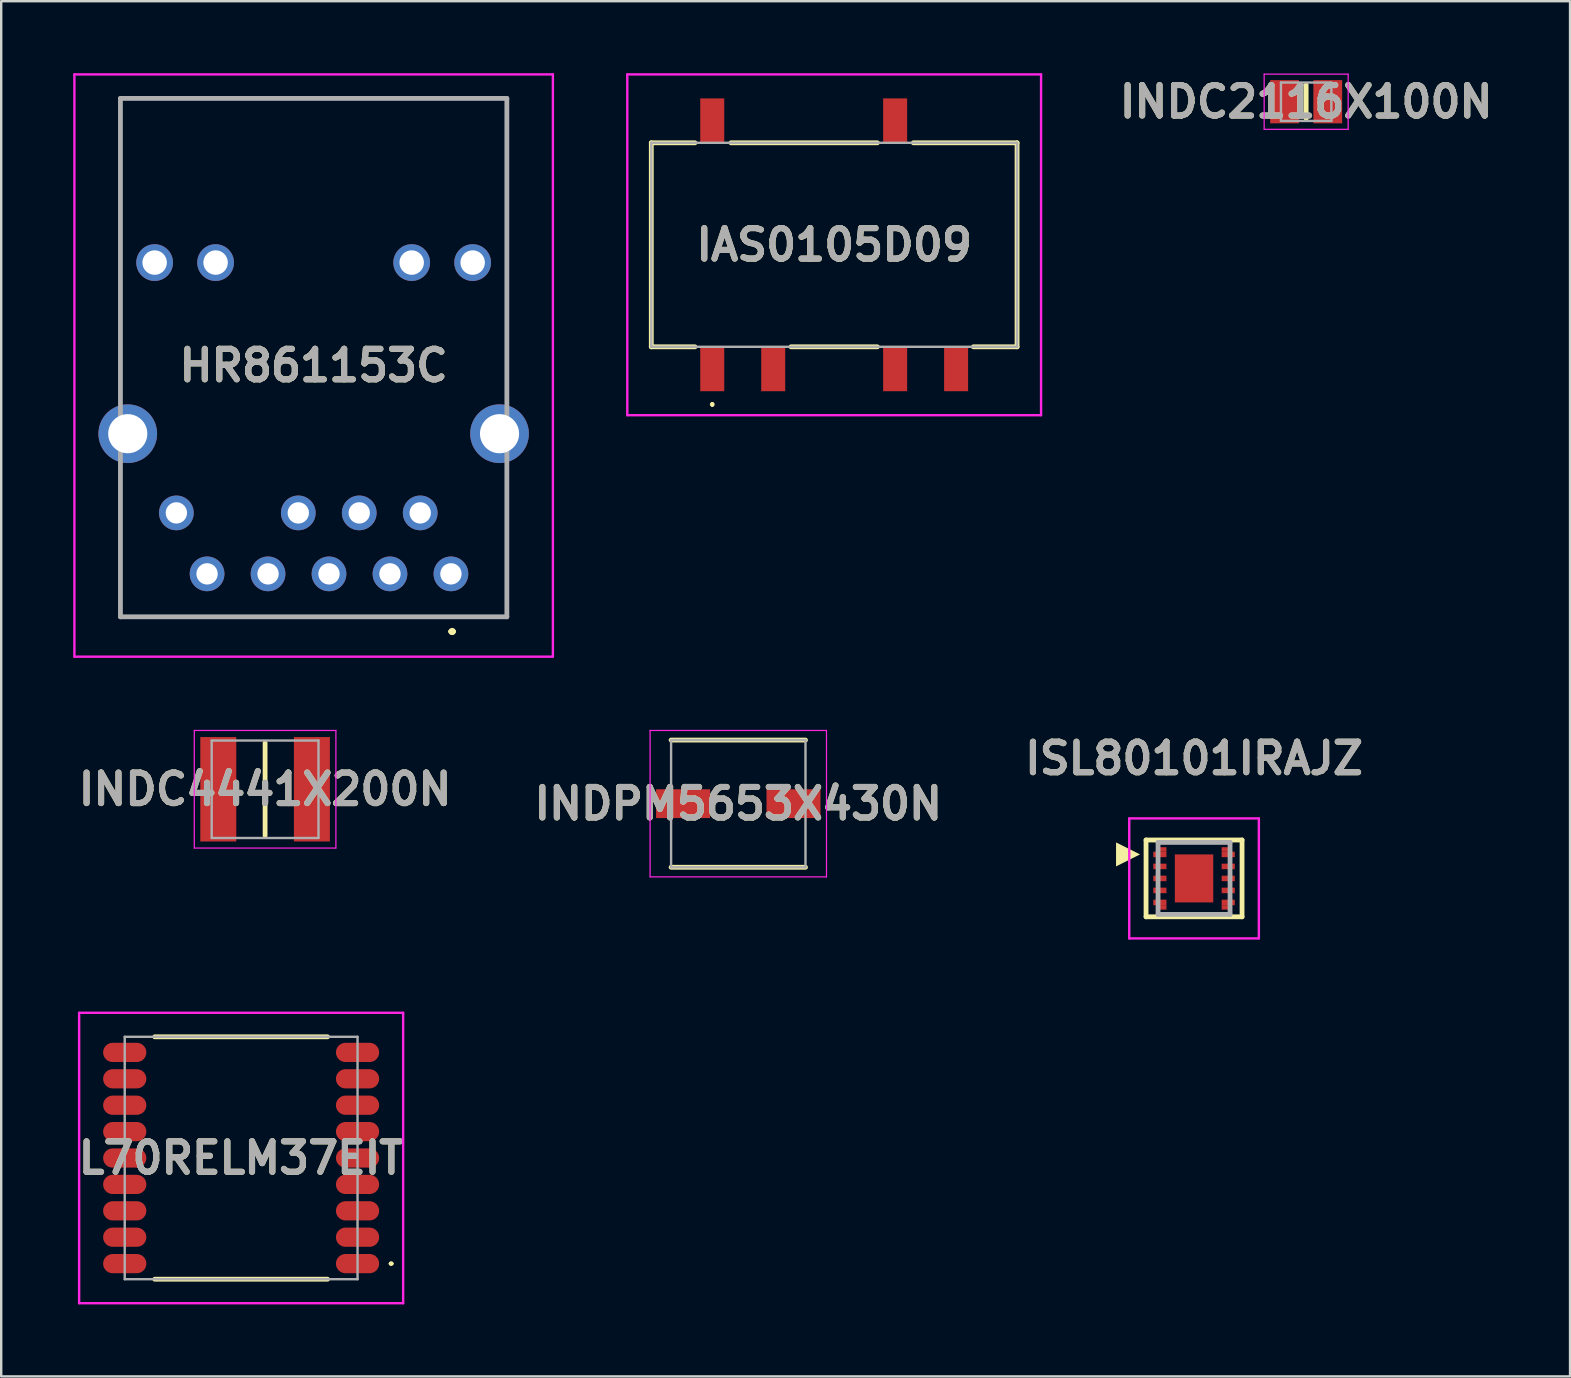
<source format=kicad_pcb>
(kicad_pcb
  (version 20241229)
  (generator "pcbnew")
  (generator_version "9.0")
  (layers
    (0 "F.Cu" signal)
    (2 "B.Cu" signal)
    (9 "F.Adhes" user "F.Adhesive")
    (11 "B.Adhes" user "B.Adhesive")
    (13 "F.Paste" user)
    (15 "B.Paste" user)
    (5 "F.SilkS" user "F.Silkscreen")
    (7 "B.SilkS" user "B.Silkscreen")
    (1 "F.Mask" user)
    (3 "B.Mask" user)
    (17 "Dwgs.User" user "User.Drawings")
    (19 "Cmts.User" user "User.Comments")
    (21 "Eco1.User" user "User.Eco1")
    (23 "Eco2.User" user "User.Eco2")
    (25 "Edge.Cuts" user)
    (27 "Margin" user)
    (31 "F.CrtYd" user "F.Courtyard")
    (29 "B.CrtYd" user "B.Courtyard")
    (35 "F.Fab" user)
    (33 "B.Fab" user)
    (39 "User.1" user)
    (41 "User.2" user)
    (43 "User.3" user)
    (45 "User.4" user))
  (footprint "HR861153C"
    (layer "F.Cu")
    (at 15.738 20.86)
    (property "Reference" "HR861153C" (at -5.72 -8.68 0) (layer "F.SilkS") (effects (font (size 1.27 1.27) (thickness 0.254))))
    (attr through_hole)
    (fp_line (start -13.77 -19.81) (end -13.77 -19.81) (stroke (width 0.1) (type solid)) (layer "F.SilkS"))
    (fp_line (start -13.77 -19.81) (end -13.77 -19.81) (stroke (width 0.1) (type solid)) (layer "F.SilkS"))
    (fp_line (start -13.77 -19.81) (end -13.77 -7.75) (stroke (width 0.1) (type solid)) (layer "F.SilkS"))
    (fp_line (start -13.77 -19.81) (end 2.33 -19.81) (stroke (width 0.1) (type solid)) (layer "F.SilkS"))
    (fp_line (start -13.77 -7.75) (end -13.77 -19.81) (stroke (width 0.1) (type solid)) (layer "F.SilkS"))
    (fp_line (start -13.77 -7.75) (end -13.77 -7.75) (stroke (width 0.1) (type solid)) (layer "F.SilkS"))
    (fp_line (start -13.77 -4) (end -13.77 -4) (stroke (width 0.1) (type solid)) (layer "F.SilkS"))
    (fp_line (start -13.77 -4) (end -13.77 1.79) (stroke (width 0.1) (type solid)) (layer "F.SilkS"))
    (fp_line (start -13.77 1.79) (end -13.77 -4) (stroke (width 0.1) (type solid)) (layer "F.SilkS"))
    (fp_line (start -13.77 1.79) (end -13.77 1.79) (stroke (width 0.1) (type solid)) (layer "F.SilkS"))
    (fp_line (start -13.75 1.79) (end -13.75 1.79) (stroke (width 0.1) (type solid)) (layer "F.SilkS"))
    (fp_line (start -13.75 1.79) (end 2.33 1.79) (stroke (width 0.1) (type solid)) (layer "F.SilkS"))
    (fp_line (start 0 2.4) (end 0 2.4) (stroke (width 0.2) (type solid)) (layer "F.SilkS"))
    (fp_line (start 0 2.4) (end 0 2.4) (stroke (width 0.2) (type solid)) (layer "F.SilkS"))
    (fp_line (start 0.1 2.4) (end 0.1 2.4) (stroke (width 0.2) (type solid)) (layer "F.SilkS"))
    (fp_line (start 2.33 -19.81) (end -13.77 -19.81) (stroke (width 0.1) (type solid)) (layer "F.SilkS"))
    (fp_line (start 2.33 -19.81) (end 2.33 -19.81) (stroke (width 0.1) (type solid)) (layer "F.SilkS"))
    (fp_line (start 2.33 -19.81) (end 2.33 -19.81) (stroke (width 0.1) (type solid)) (layer "F.SilkS"))
    (fp_line (start 2.33 -19.81) (end 2.33 -7.75) (stroke (width 0.1) (type solid)) (layer "F.SilkS"))
    (fp_line (start 2.33 -7.75) (end 2.33 -19.81) (stroke (width 0.1) (type solid)) (layer "F.SilkS"))
    (fp_line (start 2.33 -7.75) (end 2.33 -7.75) (stroke (width 0.1) (type solid)) (layer "F.SilkS"))
    (fp_line (start 2.33 -4) (end 2.33 -4) (stroke (width 0.1) (type solid)) (layer "F.SilkS"))
    (fp_line (start 2.33 -4) (end 2.33 1.75) (stroke (width 0.1) (type solid)) (layer "F.SilkS"))
    (fp_line (start 2.33 1.75) (end 2.33 -4) (stroke (width 0.1) (type solid)) (layer "F.SilkS"))
    (fp_line (start 2.33 1.75) (end 2.33 1.75) (stroke (width 0.1) (type solid)) (layer "F.SilkS"))
    (fp_line (start 2.33 1.79) (end -13.75 1.79) (stroke (width 0.1) (type solid)) (layer "F.SilkS"))
    (fp_line (start 2.33 1.79) (end 2.33 1.79) (stroke (width 0.1) (type solid)) (layer "F.SilkS"))
    (fp_arc (start 0 2.4) (mid 0.05 2.35) (end 0.1 2.4) (stroke (width 0.2) (type solid)) (layer "F.SilkS"))
    (fp_arc (start 0.1 2.4) (mid 0.05 2.45) (end 0 2.4) (stroke (width 0.2) (type solid)) (layer "F.SilkS"))
    (fp_arc (start 0.1 2.4) (mid 0.05 2.45) (end 0 2.4) (stroke (width 0.2) (type solid)) (layer "F.SilkS"))
    (fp_line (start -15.688 -20.81) (end 4.248 -20.81) (stroke (width 0.1) (type solid)) (layer "F.CrtYd"))
    (fp_line (start -15.688 3.45) (end -15.688 -20.81) (stroke (width 0.1) (type solid)) (layer "F.CrtYd"))
    (fp_line (start 4.248 -20.81) (end 4.248 3.45) (stroke (width 0.1) (type solid)) (layer "F.CrtYd"))
    (fp_line (start 4.248 3.45) (end -15.688 3.45) (stroke (width 0.1) (type solid)) (layer "F.CrtYd"))
    (fp_line (start -13.77 -19.81) (end -13.77 1.79) (stroke (width 0.2) (type solid)) (layer "F.Fab"))
    (fp_line (start -13.77 1.79) (end 2.33 1.79) (stroke (width 0.2) (type solid)) (layer "F.Fab"))
    (fp_line (start 2.33 -19.81) (end -13.77 -19.81) (stroke (width 0.2) (type solid)) (layer "F.Fab"))
    (fp_line (start 2.33 1.79) (end 2.33 -19.81) (stroke (width 0.2) (type solid)) (layer "F.Fab"))
    (fp_text user "${REFERENCE}" (at -5.72 -8.68 0) (layer "F.Fab") (effects (font (size 1.27 1.27) (thickness 0.254))))
    (pad "" np_thru_hole circle (at -11.435 -8.89) (size 0.001 0.001) (drill 3.25) (layers "*.Cu" "*.Mask"))
    (pad "" np_thru_hole circle (at -0.005 -8.89) (size 0.001 0.001) (drill 3.25) (layers "*.Cu" "*.Mask"))
    (pad "1" thru_hole circle (at 0 0) (size 1.446 1.446) (drill 0.89) (layers "*.Cu" "*.Mask"))
    (pad "2" thru_hole circle (at -1.28 -2.54) (size 1.446 1.446) (drill 0.89) (layers "*.Cu" "*.Mask"))
    (pad "3" thru_hole circle (at -2.54 0) (size 1.446 1.446) (drill 0.89) (layers "*.Cu" "*.Mask"))
    (pad "4" thru_hole circle (at -3.82 -2.54) (size 1.446 1.446) (drill 0.89) (layers "*.Cu" "*.Mask"))
    (pad "5" thru_hole circle (at -5.08 0) (size 1.446 1.446) (drill 0.89) (layers "*.Cu" "*.Mask"))
    (pad "6" thru_hole circle (at -6.36 -2.54) (size 1.446 1.446) (drill 0.89) (layers "*.Cu" "*.Mask"))
    (pad "7" thru_hole circle (at -7.62 0) (size 1.446 1.446) (drill 0.89) (layers "*.Cu" "*.Mask"))
    (pad "9" thru_hole circle (at -10.16 0) (size 1.446 1.446) (drill 0.89) (layers "*.Cu" "*.Mask"))
    (pad "10" thru_hole circle (at -11.44 -2.54) (size 1.446 1.446) (drill 0.89) (layers "*.Cu" "*.Mask"))
    (pad "11" thru_hole circle (at 0.905 -12.97) (size 1.53 1.53) (drill 1.02) (layers "*.Cu" "*.Mask"))
    (pad "12" thru_hole circle (at -1.635 -12.97) (size 1.53 1.53) (drill 1.02) (layers "*.Cu" "*.Mask"))
    (pad "13" thru_hole circle (at -9.805 -12.97) (size 1.53 1.53) (drill 1.02) (layers "*.Cu" "*.Mask"))
    (pad "14" thru_hole circle (at -12.345 -12.97) (size 1.53 1.53) (drill 1.02) (layers "*.Cu" "*.Mask"))
    (pad "MH1" thru_hole circle (at 2.025 -5.84) (size 2.445 2.445) (drill 1.63) (layers "*.Cu" "*.Mask"))
    (pad "MH4" thru_hole circle (at -13.465 -5.84) (size 2.445 2.445) (drill 1.63) (layers "*.Cu" "*.Mask")))
  (footprint "INDPM5653X430N"
    (layer "F.Cu")
    (at 27.711 30.435)
    (property "Reference" "INDPM5653X430N" (at 0 0 0) (layer "F.SilkS") (effects (font (size 1.27 1.27) (thickness 0.254))))
    (attr smd)
    (fp_line (start -2.8 2.65) (end 2.8 2.65) (stroke (width 0.2) (type solid)) (layer "F.SilkS"))
    (fp_line (start 2.8 -2.65) (end -2.8 -2.65) (stroke (width 0.2) (type solid)) (layer "F.SilkS"))
    (fp_line (start -3.675 -3.05) (end 3.675 -3.05) (stroke (width 0.05) (type solid)) (layer "F.CrtYd"))
    (fp_line (start -3.675 3.05) (end -3.675 -3.05) (stroke (width 0.05) (type solid)) (layer "F.CrtYd"))
    (fp_line (start 3.675 -3.05) (end 3.675 3.05) (stroke (width 0.05) (type solid)) (layer "F.CrtYd"))
    (fp_line (start 3.675 3.05) (end -3.675 3.05) (stroke (width 0.05) (type solid)) (layer "F.CrtYd"))
    (fp_line (start -2.8 -2.65) (end 2.8 -2.65) (stroke (width 0.1) (type solid)) (layer "F.Fab"))
    (fp_line (start -2.8 2.65) (end -2.8 -2.65) (stroke (width 0.1) (type solid)) (layer "F.Fab"))
    (fp_line (start 2.8 -2.65) (end 2.8 2.65) (stroke (width 0.1) (type solid)) (layer "F.Fab"))
    (fp_line (start 2.8 2.65) (end -2.8 2.65) (stroke (width 0.1) (type solid)) (layer "F.Fab"))
    (fp_text user "${REFERENCE}" (at 0 0 0) (layer "F.Fab") (effects (font (size 1.27 1.27) (thickness 0.254))))
    (pad "1" smd rect (at -2.3 0 90) (size 1.2 2.25) (layers "F.Cu" "F.Mask" "F.Paste"))
    (pad "2" smd rect (at 2.3 0 90) (size 1.2 2.25) (layers "F.Cu" "F.Mask" "F.Paste")))
  (footprint "ISL80101IRAJZ"
    (layer "F.Cu")
    (at 46.7 33.549)
    (property "Reference" "ISL80101IRAJZ" (at 0 -5 0) (layer "F.SilkS") (effects (font (size 1.27 1.27) (thickness 0.254))))
    (attr smd)
    (fp_line (start -2 -1.6) (end -2 1.6) (stroke (width 0.2) (type solid)) (layer "F.SilkS"))
    (fp_line (start -2 -1.6) (end 2 -1.6) (stroke (width 0.2) (type solid)) (layer "F.SilkS"))
    (fp_line (start -2 1.6) (end 2 1.6) (stroke (width 0.2) (type solid)) (layer "F.SilkS"))
    (fp_line (start 2 -1.6) (end 2 1.6) (stroke (width 0.2) (type solid)) (layer "F.SilkS"))
    (fp_poly (pts (xy -2.25 -1) (xy -3.25 -0.5) (xy -3.25 -1.5)) (stroke (width 0) (type solid)) (fill yes) (layer "F.SilkS"))
    (fp_line (start -2.7 -2.5) (end 2.7 -2.5) (stroke (width 0.1) (type solid)) (layer "F.CrtYd"))
    (fp_line (start -2.7 2.5) (end -2.7 -2.5) (stroke (width 0.1) (type solid)) (layer "F.CrtYd"))
    (fp_line (start 2.7 -2.5) (end 2.7 2.5) (stroke (width 0.1) (type solid)) (layer "F.CrtYd"))
    (fp_line (start 2.7 2.5) (end -2.7 2.5) (stroke (width 0.1) (type solid)) (layer "F.CrtYd"))
    (fp_line (start -1.5 -1.5) (end 1.5 -1.5) (stroke (width 0.2) (type solid)) (layer "F.Fab"))
    (fp_line (start -1.5 1.5) (end -1.5 -1.5) (stroke (width 0.2) (type solid)) (layer "F.Fab"))
    (fp_line (start 1.5 -1.5) (end 1.5 1.5) (stroke (width 0.2) (type solid)) (layer "F.Fab"))
    (fp_line (start 1.5 1.5) (end -1.5 1.5) (stroke (width 0.2) (type solid)) (layer "F.Fab"))
    (fp_text user "${REFERENCE}" (at 0 -5 0) (layer "F.Fab") (effects (font (size 1.27 1.27) (thickness 0.254))))
    (pad "1" smd rect (at -1.425 -1 90) (size 0.23 0.55) (layers "F.Cu" "F.Mask" "F.Paste"))
    (pad "2" smd rect (at -1.425 -0.5 90) (size 0.23 0.55) (layers "F.Cu" "F.Mask" "F.Paste"))
    (pad "3" smd rect (at -1.425 0 90) (size 0.23 0.55) (layers "F.Cu" "F.Mask" "F.Paste"))
    (pad "4" smd rect (at -1.425 0.5 90) (size 0.23 0.55) (layers "F.Cu" "F.Mask" "F.Paste"))
    (pad "5" smd rect (at -1.425 1 90) (size 0.23 0.55) (layers "F.Cu" "F.Mask" "F.Paste"))
    (pad "6" smd rect (at 1.425 1 90) (size 0.23 0.55) (layers "F.Cu" "F.Mask" "F.Paste"))
    (pad "7" smd rect (at 1.425 0.5 90) (size 0.23 0.55) (layers "F.Cu" "F.Mask" "F.Paste"))
    (pad "8" smd rect (at 1.425 0 90) (size 0.23 0.55) (layers "F.Cu" "F.Mask" "F.Paste"))
    (pad "9" smd rect (at 1.425 -0.5 90) (size 0.23 0.55) (layers "F.Cu" "F.Mask" "F.Paste"))
    (pad "10" smd rect (at 1.425 -1 90) (size 0.23 0.55) (layers "F.Cu" "F.Mask" "F.Paste"))
    (pad "11" smd rect (at 0 0) (size 1.6 2) (layers "F.Cu" "F.Mask" "F.Paste"))
    (pad "12" smd rect (at -1.288 -1.207 90) (size 0.185 0.275) (layers "F.Cu" "F.Mask" "F.Paste"))
    (pad "13" smd rect (at -1.288 1.207 90) (size 0.185 0.275) (layers "F.Cu" "F.Mask" "F.Paste"))
    (pad "14" smd rect (at 1.288 1.207 90) (size 0.185 0.275) (layers "F.Cu" "F.Mask" "F.Paste"))
    (pad "15" smd rect (at 1.288 -1.207 90) (size 0.185 0.275) (layers "F.Cu" "F.Mask" "F.Paste")))
  (footprint "L70RELM37EIT"
    (layer "F.Cu")
    (at 6.997 45.199)
    (property "Reference" "L70RELM37EIT" (at 0 0 0) (layer "F.SilkS") (effects (font (size 1.27 1.27) (thickness 0.254))))
    (attr smd)
    (fp_line (start -3.6 -5.05) (end 3.6 -5.05) (stroke (width 0.2) (type solid)) (layer "F.SilkS"))
    (fp_line (start 3.6 5.05) (end -3.6 5.05) (stroke (width 0.2) (type solid)) (layer "F.SilkS"))
    (fp_line (start 6.2 4.4) (end 6.2 4.4) (stroke (width 0.1) (type solid)) (layer "F.SilkS"))
    (fp_line (start 6.3 4.4) (end 6.3 4.4) (stroke (width 0.1) (type solid)) (layer "F.SilkS"))
    (fp_arc (start 6.2 4.4) (mid 6.25 4.35) (end 6.3 4.4) (stroke (width 0.1) (type solid)) (layer "F.SilkS"))
    (fp_arc (start 6.3 4.4) (mid 6.25 4.45) (end 6.2 4.4) (stroke (width 0.1) (type solid)) (layer "F.SilkS"))
    (fp_line (start -6.75 -6.05) (end 6.75 -6.05) (stroke (width 0.1) (type solid)) (layer "F.CrtYd"))
    (fp_line (start -6.75 6.05) (end -6.75 -6.05) (stroke (width 0.1) (type solid)) (layer "F.CrtYd"))
    (fp_line (start 6.75 -6.05) (end 6.75 6.05) (stroke (width 0.1) (type solid)) (layer "F.CrtYd"))
    (fp_line (start 6.75 6.05) (end -6.75 6.05) (stroke (width 0.1) (type solid)) (layer "F.CrtYd"))
    (fp_line (start -4.85 -5.05) (end 4.85 -5.05) (stroke (width 0.1) (type solid)) (layer "F.Fab"))
    (fp_line (start -4.85 5.05) (end -4.85 -5.05) (stroke (width 0.1) (type solid)) (layer "F.Fab"))
    (fp_line (start 4.85 -5.05) (end 4.85 5.05) (stroke (width 0.1) (type solid)) (layer "F.Fab"))
    (fp_line (start 4.85 5.05) (end -4.85 5.05) (stroke (width 0.1) (type solid)) (layer "F.Fab"))
    (fp_text user "${REFERENCE}" (at 0 0 0) (layer "F.Fab") (effects (font (size 1.27 1.27) (thickness 0.254))))
    (pad "1" smd oval (at 4.85 4.4 90) (size 0.8 1.8) (layers "F.Cu" "F.Mask" "F.Paste"))
    (pad "2" smd oval (at 4.85 3.3 90) (size 0.8 1.8) (layers "F.Cu" "F.Mask" "F.Paste"))
    (pad "3" smd oval (at 4.85 2.2 90) (size 0.8 1.8) (layers "F.Cu" "F.Mask" "F.Paste"))
    (pad "4" smd oval (at 4.85 1.1 90) (size 0.8 1.8) (layers "F.Cu" "F.Mask" "F.Paste"))
    (pad "5" smd oval (at 4.85 0 90) (size 0.8 1.8) (layers "F.Cu" "F.Mask" "F.Paste"))
    (pad "6" smd oval (at 4.85 -1.1 90) (size 0.8 1.8) (layers "F.Cu" "F.Mask" "F.Paste"))
    (pad "7" smd oval (at 4.85 -2.2 90) (size 0.8 1.8) (layers "F.Cu" "F.Mask" "F.Paste"))
    (pad "8" smd oval (at 4.85 -3.3 90) (size 0.8 1.8) (layers "F.Cu" "F.Mask" "F.Paste"))
    (pad "9" smd oval (at 4.85 -4.4 90) (size 0.8 1.8) (layers "F.Cu" "F.Mask" "F.Paste"))
    (pad "10" smd oval (at -4.85 -4.4 90) (size 0.8 1.8) (layers "F.Cu" "F.Mask" "F.Paste"))
    (pad "11" smd oval (at -4.85 -3.3 90) (size 0.8 1.8) (layers "F.Cu" "F.Mask" "F.Paste"))
    (pad "12" smd oval (at -4.85 -2.2 90) (size 0.8 1.8) (layers "F.Cu" "F.Mask" "F.Paste"))
    (pad "13" smd oval (at -4.85 -1.1 90) (size 0.8 1.8) (layers "F.Cu" "F.Mask" "F.Paste"))
    (pad "14" smd oval (at -4.85 0 90) (size 0.8 1.8) (layers "F.Cu" "F.Mask" "F.Paste"))
    (pad "15" smd oval (at -4.85 1.1 90) (size 0.8 1.8) (layers "F.Cu" "F.Mask" "F.Paste"))
    (pad "16" smd oval (at -4.85 2.2 90) (size 0.8 1.8) (layers "F.Cu" "F.Mask" "F.Paste"))
    (pad "17" smd oval (at -4.85 3.3 90) (size 0.8 1.8) (layers "F.Cu" "F.Mask" "F.Paste"))
    (pad "18" smd oval (at -4.85 4.4 90) (size 0.8 1.8) (layers "F.Cu" "F.Mask" "F.Paste")))
  (footprint "IAS0105D09"
    (layer "F.Cu")
    (at 31.706 7.15)
    (property "Reference" "IAS0105D09" (at 0 0 0) (layer "F.SilkS") (effects (font (size 1.27 1.27) (thickness 0.254))))
    (attr smd)
    (fp_line (start -7.62 -4.25) (end -7.62 4.25) (stroke (width 0.2) (type solid)) (layer "F.SilkS"))
    (fp_line (start -7.62 4.25) (end -5.8 4.25) (stroke (width 0.2) (type solid)) (layer "F.SilkS"))
    (fp_line (start -5.8 -4.25) (end -7.62 -4.25) (stroke (width 0.2) (type solid)) (layer "F.SilkS"))
    (fp_line (start -5.08 6.6) (end -5.08 6.6) (stroke (width 0.1) (type solid)) (layer "F.SilkS"))
    (fp_line (start -5.08 6.7) (end -5.08 6.7) (stroke (width 0.1) (type solid)) (layer "F.SilkS"))
    (fp_line (start -1.8 4.25) (end 1.8 4.25) (stroke (width 0.2) (type solid)) (layer "F.SilkS"))
    (fp_line (start 1.8 -4.25) (end -4.3 -4.25) (stroke (width 0.2) (type solid)) (layer "F.SilkS"))
    (fp_line (start 5.8 4.25) (end 7.62 4.25) (stroke (width 0.2) (type solid)) (layer "F.SilkS"))
    (fp_line (start 7.62 -4.25) (end 3.3 -4.25) (stroke (width 0.2) (type solid)) (layer "F.SilkS"))
    (fp_line (start 7.62 4.25) (end 7.62 -4.25) (stroke (width 0.2) (type solid)) (layer "F.SilkS"))
    (fp_arc (start -5.08 6.6) (mid -5.03 6.65) (end -5.08 6.7) (stroke (width 0.1) (type solid)) (layer "F.SilkS"))
    (fp_arc (start -5.08 6.7) (mid -5.13 6.65) (end -5.08 6.6) (stroke (width 0.1) (type solid)) (layer "F.SilkS"))
    (fp_line (start -8.62 -7.1) (end 8.62 -7.1) (stroke (width 0.1) (type solid)) (layer "F.CrtYd"))
    (fp_line (start -8.62 7.1) (end -8.62 -7.1) (stroke (width 0.1) (type solid)) (layer "F.CrtYd"))
    (fp_line (start 8.62 -7.1) (end 8.62 7.1) (stroke (width 0.1) (type solid)) (layer "F.CrtYd"))
    (fp_line (start 8.62 7.1) (end -8.62 7.1) (stroke (width 0.1) (type solid)) (layer "F.CrtYd"))
    (fp_line (start -7.62 -4.25) (end 7.62 -4.25) (stroke (width 0.1) (type solid)) (layer "F.Fab"))
    (fp_line (start -7.62 4.25) (end -7.62 -4.25) (stroke (width 0.1) (type solid)) (layer "F.Fab"))
    (fp_line (start 7.62 -4.25) (end 7.62 4.25) (stroke (width 0.1) (type solid)) (layer "F.Fab"))
    (fp_line (start 7.62 4.25) (end -7.62 4.25) (stroke (width 0.1) (type solid)) (layer "F.Fab"))
    (fp_text user "${REFERENCE}" (at 0 0 0) (layer "F.Fab") (effects (font (size 1.27 1.27) (thickness 0.254))))
    (pad "1" smd rect (at -5.08 5.175) (size 1 1.85) (layers "F.Cu" "F.Mask" "F.Paste"))
    (pad "2" smd rect (at -2.54 5.175) (size 1 1.85) (layers "F.Cu" "F.Mask" "F.Paste"))
    (pad "4" smd rect (at 2.54 5.175) (size 1 1.85) (layers "F.Cu" "F.Mask" "F.Paste"))
    (pad "5" smd rect (at 5.08 5.175) (size 1 1.85) (layers "F.Cu" "F.Mask" "F.Paste"))
    (pad "7" smd rect (at 2.54 -5.175) (size 1 1.85) (layers "F.Cu" "F.Mask" "F.Paste"))
    (pad "10" smd rect (at -5.08 -5.175) (size 1 1.85) (layers "F.Cu" "F.Mask" "F.Paste")))
  (footprint "INDC4441X200N"
    (layer "F.Cu")
    (at 7.995 29.835)
    (property "Reference" "INDC4441X200N" (at 0 0 0) (layer "F.SilkS") (effects (font (size 1.27 1.27) (thickness 0.254))))
    (attr smd)
    (fp_line (start 0 -1.93) (end 0 1.93) (stroke (width 0.2) (type solid)) (layer "F.SilkS"))
    (fp_line (start -2.95 -2.45) (end 2.95 -2.45) (stroke (width 0.05) (type solid)) (layer "F.CrtYd"))
    (fp_line (start -2.95 2.45) (end -2.95 -2.45) (stroke (width 0.05) (type solid)) (layer "F.CrtYd"))
    (fp_line (start 2.95 -2.45) (end 2.95 2.45) (stroke (width 0.05) (type solid)) (layer "F.CrtYd"))
    (fp_line (start 2.95 2.45) (end -2.95 2.45) (stroke (width 0.05) (type solid)) (layer "F.CrtYd"))
    (fp_line (start -2.225 -2.03) (end 2.225 -2.03) (stroke (width 0.1) (type solid)) (layer "F.Fab"))
    (fp_line (start -2.225 2.03) (end -2.225 -2.03) (stroke (width 0.1) (type solid)) (layer "F.Fab"))
    (fp_line (start 2.225 -2.03) (end 2.225 2.03) (stroke (width 0.1) (type solid)) (layer "F.Fab"))
    (fp_line (start 2.225 2.03) (end -2.225 2.03) (stroke (width 0.1) (type solid)) (layer "F.Fab"))
    (fp_text user "${REFERENCE}" (at 0 0 0) (layer "F.Fab") (effects (font (size 1.27 1.27) (thickness 0.254))))
    (pad "1" smd rect (at -1.95 0) (size 1.5 4.35) (layers "F.Cu" "F.Mask" "F.Paste"))
    (pad "2" smd rect (at 1.95 0) (size 1.5 4.35) (layers "F.Cu" "F.Mask" "F.Paste")))
  (footprint "INDC2116X100N"
    (layer "F.Cu")
    (at 51.371 1.189)
    (property "Reference" "INDC2116X100N" (at 0 0 0) (layer "F.SilkS") (effects (font (size 1.27 1.27) (thickness 0.254))))
    (attr smd)
    (fp_line (start 0 -0.7) (end 0 0.7) (stroke (width 0.2) (type solid)) (layer "F.SilkS"))
    (fp_line (start -1.75 -1.15) (end 1.75 -1.15) (stroke (width 0.05) (type solid)) (layer "F.CrtYd"))
    (fp_line (start -1.75 1.15) (end -1.75 -1.15) (stroke (width 0.05) (type solid)) (layer "F.CrtYd"))
    (fp_line (start 1.75 -1.15) (end 1.75 1.15) (stroke (width 0.05) (type solid)) (layer "F.CrtYd"))
    (fp_line (start 1.75 1.15) (end -1.75 1.15) (stroke (width 0.05) (type solid)) (layer "F.CrtYd"))
    (fp_line (start -1.05 -0.8) (end 1.05 -0.8) (stroke (width 0.1) (type solid)) (layer "F.Fab"))
    (fp_line (start -1.05 0.8) (end -1.05 -0.8) (stroke (width 0.1) (type solid)) (layer "F.Fab"))
    (fp_line (start 1.05 -0.8) (end 1.05 0.8) (stroke (width 0.1) (type solid)) (layer "F.Fab"))
    (fp_line (start 1.05 0.8) (end -1.05 0.8) (stroke (width 0.1) (type solid)) (layer "F.Fab"))
    (fp_text user "${REFERENCE}" (at 0 0 0) (layer "F.Fab") (effects (font (size 1.27 1.27) (thickness 0.254))))
    (pad "1" smd rect (at -0.9 0) (size 1.2 1.8) (layers "F.Cu" "F.Mask" "F.Paste"))
    (pad "2" smd rect (at 0.9 0) (size 1.2 1.8) (layers "F.Cu" "F.Mask" "F.Paste")))
  (gr_rect
    (start -3 -3)
    (end 62.366 54.299)
    (stroke (width 0.1) (type default))
    (fill no)
    (layer "Edge.Cuts")))
</source>
